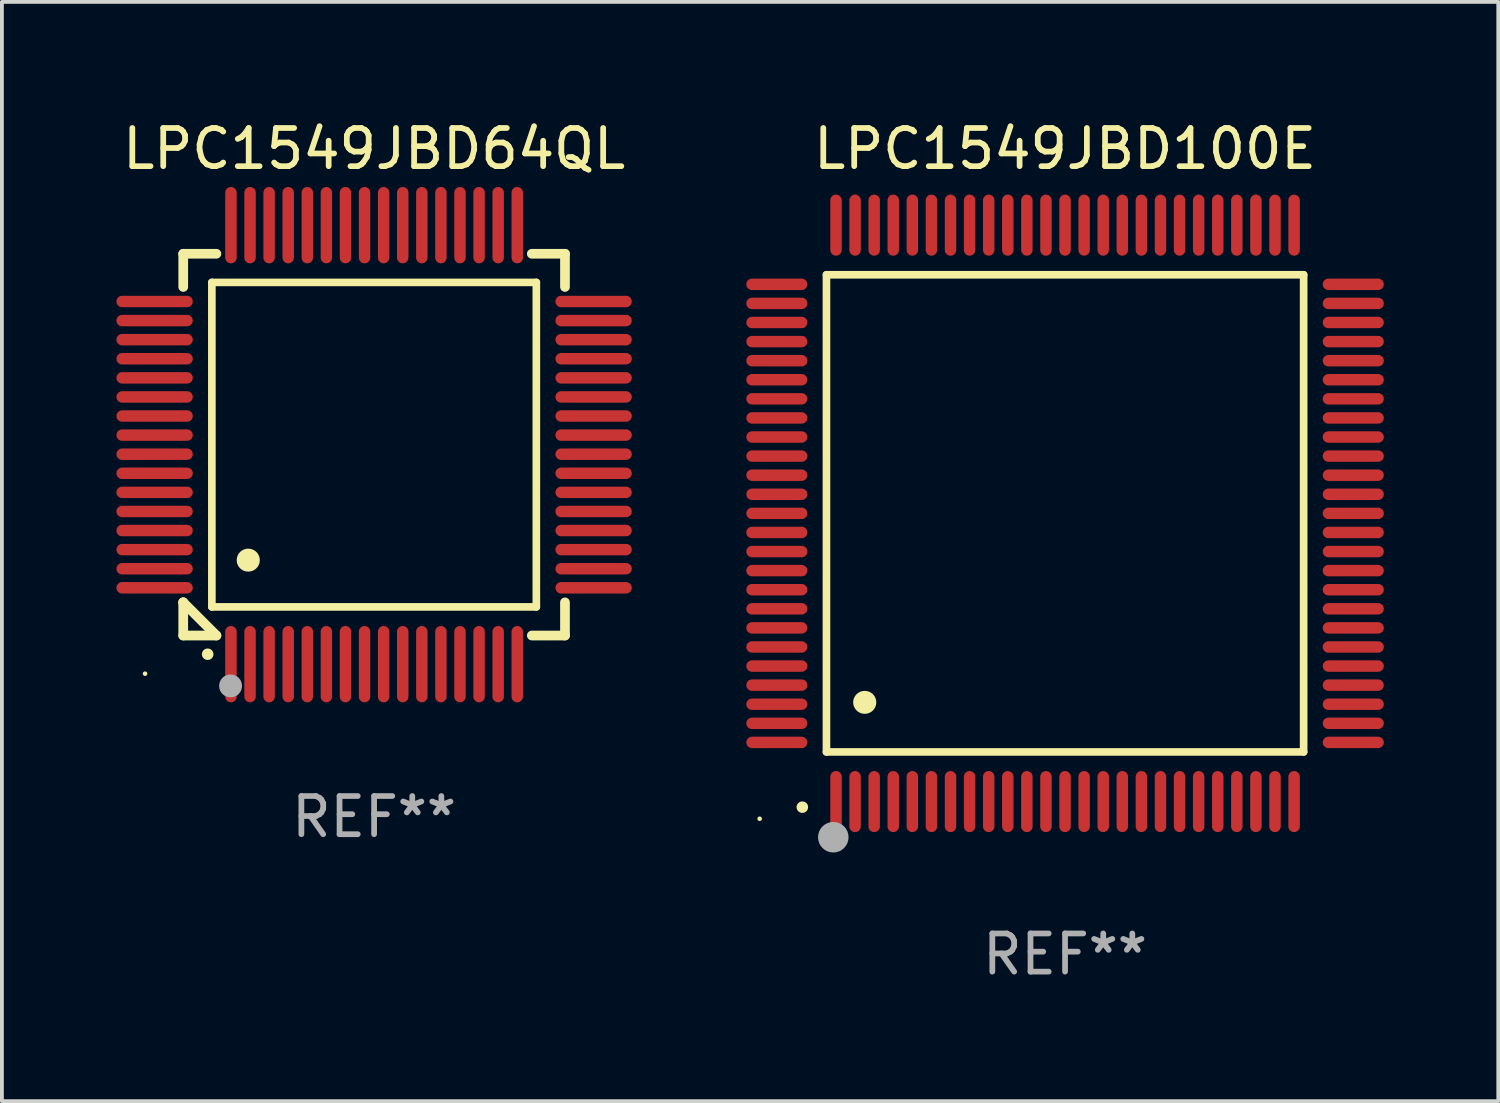
<source format=kicad_pcb>
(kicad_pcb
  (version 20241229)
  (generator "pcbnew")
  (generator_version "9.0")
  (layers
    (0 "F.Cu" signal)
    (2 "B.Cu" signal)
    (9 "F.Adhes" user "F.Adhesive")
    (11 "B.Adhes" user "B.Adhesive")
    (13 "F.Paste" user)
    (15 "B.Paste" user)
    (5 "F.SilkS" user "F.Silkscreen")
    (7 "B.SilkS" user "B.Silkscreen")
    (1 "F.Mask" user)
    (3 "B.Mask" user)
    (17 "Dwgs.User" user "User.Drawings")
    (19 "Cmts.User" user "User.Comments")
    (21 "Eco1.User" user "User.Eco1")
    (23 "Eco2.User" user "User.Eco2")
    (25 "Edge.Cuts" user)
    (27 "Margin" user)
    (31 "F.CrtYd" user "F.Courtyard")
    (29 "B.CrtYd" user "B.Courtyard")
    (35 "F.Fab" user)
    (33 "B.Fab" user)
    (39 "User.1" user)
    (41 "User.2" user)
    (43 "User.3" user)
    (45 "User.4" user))
  (footprint "LPC1549JBD100E"
    (layer "F.Cu")
    (at 24.85 10.398)
    (property "Reference" "LPC1549JBD100E" (at 0 -9.55 0) (layer "F.SilkS") (effects (font (size 1 1) (thickness 0.15))))
    (attr through_hole)
    (fp_line (start -6.25 -6.25) (end -6.25 6.25) (stroke (width 0.2) (type solid)) (layer "F.SilkS"))
    (fp_line (start -6.25 6.25) (end 6.25 6.25) (stroke (width 0.2) (type solid)) (layer "F.SilkS"))
    (fp_line (start 6.25 -6.25) (end -6.25 -6.25) (stroke (width 0.2) (type solid)) (layer "F.SilkS"))
    (fp_line (start 6.25 6.25) (end 6.25 -6.25) (stroke (width 0.2) (type solid)) (layer "F.SilkS"))
    (fp_arc (start -6.883414 7.696215) (mid -6.882144 7.69621) (end -6.880874 7.696215) (stroke (width 0.3) (type solid)) (layer "F.SilkS"))
    (fp_arc (start -5.250191 4.95047) (mid -5.247651 4.950459) (end -5.245111 4.95047) (stroke (width 0.6) (type solid)) (layer "F.SilkS"))
    (fp_circle (center -8 8) (end -7.97 8) (stroke (width 0.06) (type solid)) (fill no) (layer "F.SilkS"))
    (fp_circle (center -6.071 8.484) (end -5.871 8.484) (stroke (width 0.4) (type solid)) (fill no) (layer "F.Fab"))
    (fp_text user "REF**" (at 0 11.55 0) (layer "F.Fab") (effects (font (size 1 1) (thickness 0.15))))
    (pad "1" smd oval (at -6 7.55) (size 0.3 1.6) (layers "F.Cu" "F.Mask" "F.Paste"))
    (pad "2" smd oval (at -5.5 7.55) (size 0.3 1.6) (layers "F.Cu" "F.Mask" "F.Paste"))
    (pad "3" smd oval (at -5 7.55) (size 0.3 1.6) (layers "F.Cu" "F.Mask" "F.Paste"))
    (pad "4" smd oval (at -4.5 7.55) (size 0.3 1.6) (layers "F.Cu" "F.Mask" "F.Paste"))
    (pad "5" smd oval (at -4 7.55) (size 0.3 1.6) (layers "F.Cu" "F.Mask" "F.Paste"))
    (pad "6" smd oval (at -3.5 7.55) (size 0.3 1.6) (layers "F.Cu" "F.Mask" "F.Paste"))
    (pad "7" smd oval (at -3 7.55) (size 0.3 1.6) (layers "F.Cu" "F.Mask" "F.Paste"))
    (pad "8" smd oval (at -2.5 7.55) (size 0.3 1.6) (layers "F.Cu" "F.Mask" "F.Paste"))
    (pad "9" smd oval (at -2 7.55) (size 0.3 1.6) (layers "F.Cu" "F.Mask" "F.Paste"))
    (pad "10" smd oval (at -1.5 7.55) (size 0.3 1.6) (layers "F.Cu" "F.Mask" "F.Paste"))
    (pad "11" smd oval (at -1 7.55) (size 0.3 1.6) (layers "F.Cu" "F.Mask" "F.Paste"))
    (pad "12" smd oval (at -0.5 7.55) (size 0.3 1.6) (layers "F.Cu" "F.Mask" "F.Paste"))
    (pad "13" smd oval (at 0 7.55) (size 0.3 1.6) (layers "F.Cu" "F.Mask" "F.Paste"))
    (pad "14" smd oval (at 0.5 7.55) (size 0.3 1.6) (layers "F.Cu" "F.Mask" "F.Paste"))
    (pad "15" smd oval (at 1 7.55) (size 0.3 1.6) (layers "F.Cu" "F.Mask" "F.Paste"))
    (pad "16" smd oval (at 1.5 7.55) (size 0.3 1.6) (layers "F.Cu" "F.Mask" "F.Paste"))
    (pad "17" smd oval (at 2 7.55) (size 0.3 1.6) (layers "F.Cu" "F.Mask" "F.Paste"))
    (pad "18" smd oval (at 2.5 7.55) (size 0.3 1.6) (layers "F.Cu" "F.Mask" "F.Paste"))
    (pad "19" smd oval (at 3 7.55) (size 0.3 1.6) (layers "F.Cu" "F.Mask" "F.Paste"))
    (pad "20" smd oval (at 3.5 7.55) (size 0.3 1.6) (layers "F.Cu" "F.Mask" "F.Paste"))
    (pad "21" smd oval (at 4 7.55) (size 0.3 1.6) (layers "F.Cu" "F.Mask" "F.Paste"))
    (pad "22" smd oval (at 4.5 7.55) (size 0.3 1.6) (layers "F.Cu" "F.Mask" "F.Paste"))
    (pad "23" smd oval (at 5 7.55) (size 0.3 1.6) (layers "F.Cu" "F.Mask" "F.Paste"))
    (pad "24" smd oval (at 5.5 7.55) (size 0.3 1.6) (layers "F.Cu" "F.Mask" "F.Paste"))
    (pad "25" smd oval (at 6 7.55) (size 0.3 1.6) (layers "F.Cu" "F.Mask" "F.Paste"))
    (pad "26" smd oval (at 7.55 6) (size 1.6 0.3) (layers "F.Cu" "F.Mask" "F.Paste"))
    (pad "27" smd oval (at 7.55 5.5) (size 1.6 0.3) (layers "F.Cu" "F.Mask" "F.Paste"))
    (pad "28" smd oval (at 7.55 5) (size 1.6 0.3) (layers "F.Cu" "F.Mask" "F.Paste"))
    (pad "29" smd oval (at 7.55 4.5) (size 1.6 0.3) (layers "F.Cu" "F.Mask" "F.Paste"))
    (pad "30" smd oval (at 7.55 4) (size 1.6 0.3) (layers "F.Cu" "F.Mask" "F.Paste"))
    (pad "31" smd oval (at 7.55 3.5) (size 1.6 0.3) (layers "F.Cu" "F.Mask" "F.Paste"))
    (pad "32" smd oval (at 7.55 3) (size 1.6 0.3) (layers "F.Cu" "F.Mask" "F.Paste"))
    (pad "33" smd oval (at 7.55 2.5) (size 1.6 0.3) (layers "F.Cu" "F.Mask" "F.Paste"))
    (pad "34" smd oval (at 7.55 2) (size 1.6 0.3) (layers "F.Cu" "F.Mask" "F.Paste"))
    (pad "35" smd oval (at 7.55 1.5) (size 1.6 0.3) (layers "F.Cu" "F.Mask" "F.Paste"))
    (pad "36" smd oval (at 7.55 1) (size 1.6 0.3) (layers "F.Cu" "F.Mask" "F.Paste"))
    (pad "37" smd oval (at 7.55 0.5) (size 1.6 0.3) (layers "F.Cu" "F.Mask" "F.Paste"))
    (pad "38" smd oval (at 7.55 0) (size 1.6 0.3) (layers "F.Cu" "F.Mask" "F.Paste"))
    (pad "39" smd oval (at 7.55 -0.5) (size 1.6 0.3) (layers "F.Cu" "F.Mask" "F.Paste"))
    (pad "40" smd oval (at 7.55 -1) (size 1.6 0.3) (layers "F.Cu" "F.Mask" "F.Paste"))
    (pad "41" smd oval (at 7.55 -1.5) (size 1.6 0.3) (layers "F.Cu" "F.Mask" "F.Paste"))
    (pad "42" smd oval (at 7.55 -2) (size 1.6 0.3) (layers "F.Cu" "F.Mask" "F.Paste"))
    (pad "43" smd oval (at 7.55 -2.5) (size 1.6 0.3) (layers "F.Cu" "F.Mask" "F.Paste"))
    (pad "44" smd oval (at 7.55 -3) (size 1.6 0.3) (layers "F.Cu" "F.Mask" "F.Paste"))
    (pad "45" smd oval (at 7.55 -3.5) (size 1.6 0.3) (layers "F.Cu" "F.Mask" "F.Paste"))
    (pad "46" smd oval (at 7.55 -4) (size 1.6 0.3) (layers "F.Cu" "F.Mask" "F.Paste"))
    (pad "47" smd oval (at 7.55 -4.5) (size 1.6 0.3) (layers "F.Cu" "F.Mask" "F.Paste"))
    (pad "48" smd oval (at 7.55 -5) (size 1.6 0.3) (layers "F.Cu" "F.Mask" "F.Paste"))
    (pad "49" smd oval (at 7.55 -5.5) (size 1.6 0.3) (layers "F.Cu" "F.Mask" "F.Paste"))
    (pad "50" smd oval (at 7.55 -6) (size 1.6 0.3) (layers "F.Cu" "F.Mask" "F.Paste"))
    (pad "51" smd oval (at 6 -7.55) (size 0.3 1.6) (layers "F.Cu" "F.Mask" "F.Paste"))
    (pad "52" smd oval (at 5.5 -7.55) (size 0.3 1.6) (layers "F.Cu" "F.Mask" "F.Paste"))
    (pad "53" smd oval (at 5 -7.55) (size 0.3 1.6) (layers "F.Cu" "F.Mask" "F.Paste"))
    (pad "54" smd oval (at 4.5 -7.55) (size 0.3 1.6) (layers "F.Cu" "F.Mask" "F.Paste"))
    (pad "55" smd oval (at 4 -7.55) (size 0.3 1.6) (layers "F.Cu" "F.Mask" "F.Paste"))
    (pad "56" smd oval (at 3.5 -7.55) (size 0.3 1.6) (layers "F.Cu" "F.Mask" "F.Paste"))
    (pad "57" smd oval (at 3 -7.55) (size 0.3 1.6) (layers "F.Cu" "F.Mask" "F.Paste"))
    (pad "58" smd oval (at 2.5 -7.55) (size 0.3 1.6) (layers "F.Cu" "F.Mask" "F.Paste"))
    (pad "59" smd oval (at 2 -7.55) (size 0.3 1.6) (layers "F.Cu" "F.Mask" "F.Paste"))
    (pad "60" smd oval (at 1.5 -7.55) (size 0.3 1.6) (layers "F.Cu" "F.Mask" "F.Paste"))
    (pad "61" smd oval (at 1 -7.55) (size 0.3 1.6) (layers "F.Cu" "F.Mask" "F.Paste"))
    (pad "62" smd oval (at 0.5 -7.55) (size 0.3 1.6) (layers "F.Cu" "F.Mask" "F.Paste"))
    (pad "63" smd oval (at 0 -7.55) (size 0.3 1.6) (layers "F.Cu" "F.Mask" "F.Paste"))
    (pad "64" smd oval (at -0.5 -7.55) (size 0.3 1.6) (layers "F.Cu" "F.Mask" "F.Paste"))
    (pad "65" smd oval (at -1 -7.55) (size 0.3 1.6) (layers "F.Cu" "F.Mask" "F.Paste"))
    (pad "66" smd oval (at -1.5 -7.55) (size 0.3 1.6) (layers "F.Cu" "F.Mask" "F.Paste"))
    (pad "67" smd oval (at -2 -7.55) (size 0.3 1.6) (layers "F.Cu" "F.Mask" "F.Paste"))
    (pad "68" smd oval (at -2.5 -7.55) (size 0.3 1.6) (layers "F.Cu" "F.Mask" "F.Paste"))
    (pad "69" smd oval (at -3 -7.55) (size 0.3 1.6) (layers "F.Cu" "F.Mask" "F.Paste"))
    (pad "70" smd oval (at -3.5 -7.55) (size 0.3 1.6) (layers "F.Cu" "F.Mask" "F.Paste"))
    (pad "71" smd oval (at -4 -7.55) (size 0.3 1.6) (layers "F.Cu" "F.Mask" "F.Paste"))
    (pad "72" smd oval (at -4.5 -7.55) (size 0.3 1.6) (layers "F.Cu" "F.Mask" "F.Paste"))
    (pad "73" smd oval (at -5 -7.55) (size 0.3 1.6) (layers "F.Cu" "F.Mask" "F.Paste"))
    (pad "74" smd oval (at -5.5 -7.55) (size 0.3 1.6) (layers "F.Cu" "F.Mask" "F.Paste"))
    (pad "75" smd oval (at -6 -7.55) (size 0.3 1.6) (layers "F.Cu" "F.Mask" "F.Paste"))
    (pad "76" smd oval (at -7.55 -6) (size 1.6 0.3) (layers "F.Cu" "F.Mask" "F.Paste"))
    (pad "77" smd oval (at -7.55 -5.5) (size 1.6 0.3) (layers "F.Cu" "F.Mask" "F.Paste"))
    (pad "78" smd oval (at -7.55 -5) (size 1.6 0.3) (layers "F.Cu" "F.Mask" "F.Paste"))
    (pad "79" smd oval (at -7.55 -4.5) (size 1.6 0.3) (layers "F.Cu" "F.Mask" "F.Paste"))
    (pad "80" smd oval (at -7.55 -4) (size 1.6 0.3) (layers "F.Cu" "F.Mask" "F.Paste"))
    (pad "81" smd oval (at -7.55 -3.5) (size 1.6 0.3) (layers "F.Cu" "F.Mask" "F.Paste"))
    (pad "82" smd oval (at -7.55 -3) (size 1.6 0.3) (layers "F.Cu" "F.Mask" "F.Paste"))
    (pad "83" smd oval (at -7.55 -2.5) (size 1.6 0.3) (layers "F.Cu" "F.Mask" "F.Paste"))
    (pad "84" smd oval (at -7.55 -2) (size 1.6 0.3) (layers "F.Cu" "F.Mask" "F.Paste"))
    (pad "85" smd oval (at -7.55 -1.5) (size 1.6 0.3) (layers "F.Cu" "F.Mask" "F.Paste"))
    (pad "86" smd oval (at -7.55 -1) (size 1.6 0.3) (layers "F.Cu" "F.Mask" "F.Paste"))
    (pad "87" smd oval (at -7.55 -0.5) (size 1.6 0.3) (layers "F.Cu" "F.Mask" "F.Paste"))
    (pad "88" smd oval (at -7.55 0) (size 1.6 0.3) (layers "F.Cu" "F.Mask" "F.Paste"))
    (pad "89" smd oval (at -7.55 0.5) (size 1.6 0.3) (layers "F.Cu" "F.Mask" "F.Paste"))
    (pad "90" smd oval (at -7.55 1) (size 1.6 0.3) (layers "F.Cu" "F.Mask" "F.Paste"))
    (pad "91" smd oval (at -7.55 1.5) (size 1.6 0.3) (layers "F.Cu" "F.Mask" "F.Paste"))
    (pad "92" smd oval (at -7.55 2) (size 1.6 0.3) (layers "F.Cu" "F.Mask" "F.Paste"))
    (pad "93" smd oval (at -7.55 2.5) (size 1.6 0.3) (layers "F.Cu" "F.Mask" "F.Paste"))
    (pad "94" smd oval (at -7.55 3) (size 1.6 0.3) (layers "F.Cu" "F.Mask" "F.Paste"))
    (pad "95" smd oval (at -7.55 3.5) (size 1.6 0.3) (layers "F.Cu" "F.Mask" "F.Paste"))
    (pad "96" smd oval (at -7.55 4) (size 1.6 0.3) (layers "F.Cu" "F.Mask" "F.Paste"))
    (pad "97" smd oval (at -7.55 4.5) (size 1.6 0.3) (layers "F.Cu" "F.Mask" "F.Paste"))
    (pad "98" smd oval (at -7.55 5) (size 1.6 0.3) (layers "F.Cu" "F.Mask" "F.Paste"))
    (pad "99" smd oval (at -7.55 5.5) (size 1.6 0.3) (layers "F.Cu" "F.Mask" "F.Paste"))
    (pad "100" smd oval (at -7.55 6) (size 1.6 0.3) (layers "F.Cu" "F.Mask" "F.Paste")))
  (footprint "LPC1549JBD64QL"
    (layer "F.Cu")
    (at 6.75 8.598)
    (property "Reference" "LPC1549JBD64QL" (at 0 -7.75 0) (layer "F.SilkS") (effects (font (size 1 1) (thickness 0.15))))
    (attr through_hole)
    (fp_line (start -5 -5) (end -4.131 -5) (stroke (width 0.254) (type solid)) (layer "F.SilkS"))
    (fp_line (start -5 -4.131) (end -5 -5) (stroke (width 0.254) (type solid)) (layer "F.SilkS"))
    (fp_line (start -5 4.131) (end -5 4.131) (stroke (width 0.254) (type solid)) (layer "F.SilkS"))
    (fp_line (start -5 5) (end -5 4.131) (stroke (width 0.254) (type solid)) (layer "F.SilkS"))
    (fp_line (start -5 4.131) (end -4.131 5) (stroke (width 0.254) (type solid)) (layer "F.SilkS"))
    (fp_line (start -4.25 -4.25) (end -4.25 4.25) (stroke (width 0.2) (type solid)) (layer "F.SilkS"))
    (fp_line (start -4.25 4.25) (end 4.25 4.25) (stroke (width 0.2) (type solid)) (layer "F.SilkS"))
    (fp_line (start -4.131 5) (end -5 5) (stroke (width 0.254) (type solid)) (layer "F.SilkS"))
    (fp_line (start 4.25 -4.25) (end -4.25 -4.25) (stroke (width 0.2) (type solid)) (layer "F.SilkS"))
    (fp_line (start 4.25 4.25) (end 4.25 -4.25) (stroke (width 0.2) (type solid)) (layer "F.SilkS"))
    (fp_line (start 5 -5) (end 4.131 -5) (stroke (width 0.254) (type solid)) (layer "F.SilkS"))
    (fp_line (start 5 -5) (end 5 -4.131) (stroke (width 0.254) (type solid)) (layer "F.SilkS"))
    (fp_line (start 5 4.131) (end 5 5) (stroke (width 0.254) (type solid)) (layer "F.SilkS"))
    (fp_line (start 5 5) (end 4.131 5) (stroke (width 0.254) (type solid)) (layer "F.SilkS"))
    (fp_arc (start -4.361265 5.489992) (mid -4.359995 5.489987) (end -4.358725 5.489992) (stroke (width 0.3) (type solid)) (layer "F.SilkS"))
    (fp_arc (start -3.299467 3.025146) (mid -3.296927 3.025135) (end -3.294387 3.025146) (stroke (width 0.6) (type solid)) (layer "F.SilkS"))
    (fp_circle (center -6 6) (end -5.97 6) (stroke (width 0.06) (type solid)) (fill no) (layer "F.SilkS"))
    (fp_circle (center -3.76 6.32) (end -3.61 6.32) (stroke (width 0.3) (type solid)) (fill no) (layer "F.Fab"))
    (fp_text user "REF**" (at 0 9.75 0) (layer "F.Fab") (effects (font (size 1 1) (thickness 0.15))))
    (pad "1" smd oval (at -3.75 5.75) (size 0.3 2) (layers "F.Cu" "F.Mask" "F.Paste"))
    (pad "2" smd oval (at -3.25 5.75) (size 0.3 2) (layers "F.Cu" "F.Mask" "F.Paste"))
    (pad "3" smd oval (at -2.75 5.75) (size 0.3 2) (layers "F.Cu" "F.Mask" "F.Paste"))
    (pad "4" smd oval (at -2.25 5.75) (size 0.3 2) (layers "F.Cu" "F.Mask" "F.Paste"))
    (pad "5" smd oval (at -1.75 5.75) (size 0.3 2) (layers "F.Cu" "F.Mask" "F.Paste"))
    (pad "6" smd oval (at -1.25 5.75) (size 0.3 2) (layers "F.Cu" "F.Mask" "F.Paste"))
    (pad "7" smd oval (at -0.75 5.75) (size 0.3 2) (layers "F.Cu" "F.Mask" "F.Paste"))
    (pad "8" smd oval (at -0.25 5.75) (size 0.3 2) (layers "F.Cu" "F.Mask" "F.Paste"))
    (pad "9" smd oval (at 0.25 5.75) (size 0.3 2) (layers "F.Cu" "F.Mask" "F.Paste"))
    (pad "10" smd oval (at 0.75 5.75) (size 0.3 2) (layers "F.Cu" "F.Mask" "F.Paste"))
    (pad "11" smd oval (at 1.25 5.75) (size 0.3 2) (layers "F.Cu" "F.Mask" "F.Paste"))
    (pad "12" smd oval (at 1.75 5.75) (size 0.3 2) (layers "F.Cu" "F.Mask" "F.Paste"))
    (pad "13" smd oval (at 2.25 5.75) (size 0.3 2) (layers "F.Cu" "F.Mask" "F.Paste"))
    (pad "14" smd oval (at 2.75 5.75) (size 0.3 2) (layers "F.Cu" "F.Mask" "F.Paste"))
    (pad "15" smd oval (at 3.25 5.75) (size 0.3 2) (layers "F.Cu" "F.Mask" "F.Paste"))
    (pad "16" smd oval (at 3.75 5.75) (size 0.3 2) (layers "F.Cu" "F.Mask" "F.Paste"))
    (pad "17" smd oval (at 5.75 3.75) (size 2 0.3) (layers "F.Cu" "F.Mask" "F.Paste"))
    (pad "18" smd oval (at 5.75 3.25) (size 2 0.3) (layers "F.Cu" "F.Mask" "F.Paste"))
    (pad "19" smd oval (at 5.75 2.75) (size 2 0.3) (layers "F.Cu" "F.Mask" "F.Paste"))
    (pad "20" smd oval (at 5.75 2.25) (size 2 0.3) (layers "F.Cu" "F.Mask" "F.Paste"))
    (pad "21" smd oval (at 5.75 1.75) (size 2 0.3) (layers "F.Cu" "F.Mask" "F.Paste"))
    (pad "22" smd oval (at 5.75 1.25) (size 2 0.3) (layers "F.Cu" "F.Mask" "F.Paste"))
    (pad "23" smd oval (at 5.75 0.75) (size 2 0.3) (layers "F.Cu" "F.Mask" "F.Paste"))
    (pad "24" smd oval (at 5.75 0.25) (size 2 0.3) (layers "F.Cu" "F.Mask" "F.Paste"))
    (pad "25" smd oval (at 5.75 -0.25) (size 2 0.3) (layers "F.Cu" "F.Mask" "F.Paste"))
    (pad "26" smd oval (at 5.75 -0.75) (size 2 0.3) (layers "F.Cu" "F.Mask" "F.Paste"))
    (pad "27" smd oval (at 5.75 -1.25) (size 2 0.3) (layers "F.Cu" "F.Mask" "F.Paste"))
    (pad "28" smd oval (at 5.75 -1.75) (size 2 0.3) (layers "F.Cu" "F.Mask" "F.Paste"))
    (pad "29" smd oval (at 5.75 -2.25) (size 2 0.3) (layers "F.Cu" "F.Mask" "F.Paste"))
    (pad "30" smd oval (at 5.75 -2.75) (size 2 0.3) (layers "F.Cu" "F.Mask" "F.Paste"))
    (pad "31" smd oval (at 5.75 -3.25) (size 2 0.3) (layers "F.Cu" "F.Mask" "F.Paste"))
    (pad "32" smd oval (at 5.75 -3.75) (size 2 0.3) (layers "F.Cu" "F.Mask" "F.Paste"))
    (pad "33" smd oval (at 3.75 -5.75) (size 0.3 2) (layers "F.Cu" "F.Mask" "F.Paste"))
    (pad "34" smd oval (at 3.25 -5.75) (size 0.3 2) (layers "F.Cu" "F.Mask" "F.Paste"))
    (pad "35" smd oval (at 2.75 -5.75) (size 0.3 2) (layers "F.Cu" "F.Mask" "F.Paste"))
    (pad "36" smd oval (at 2.25 -5.75) (size 0.3 2) (layers "F.Cu" "F.Mask" "F.Paste"))
    (pad "37" smd oval (at 1.75 -5.75) (size 0.3 2) (layers "F.Cu" "F.Mask" "F.Paste"))
    (pad "38" smd oval (at 1.25 -5.75) (size 0.3 2) (layers "F.Cu" "F.Mask" "F.Paste"))
    (pad "39" smd oval (at 0.75 -5.75) (size 0.3 2) (layers "F.Cu" "F.Mask" "F.Paste"))
    (pad "40" smd oval (at 0.25 -5.75) (size 0.3 2) (layers "F.Cu" "F.Mask" "F.Paste"))
    (pad "41" smd oval (at -0.25 -5.75) (size 0.3 2) (layers "F.Cu" "F.Mask" "F.Paste"))
    (pad "42" smd oval (at -0.75 -5.75) (size 0.3 2) (layers "F.Cu" "F.Mask" "F.Paste"))
    (pad "43" smd oval (at -1.25 -5.75) (size 0.3 2) (layers "F.Cu" "F.Mask" "F.Paste"))
    (pad "44" smd oval (at -1.75 -5.75) (size 0.3 2) (layers "F.Cu" "F.Mask" "F.Paste"))
    (pad "45" smd oval (at -2.25 -5.75) (size 0.3 2) (layers "F.Cu" "F.Mask" "F.Paste"))
    (pad "46" smd oval (at -2.75 -5.75) (size 0.3 2) (layers "F.Cu" "F.Mask" "F.Paste"))
    (pad "47" smd oval (at -3.25 -5.75) (size 0.3 2) (layers "F.Cu" "F.Mask" "F.Paste"))
    (pad "48" smd oval (at -3.75 -5.75) (size 0.3 2) (layers "F.Cu" "F.Mask" "F.Paste"))
    (pad "49" smd oval (at -5.75 -3.75) (size 2 0.3) (layers "F.Cu" "F.Mask" "F.Paste"))
    (pad "50" smd oval (at -5.75 -3.25) (size 2 0.3) (layers "F.Cu" "F.Mask" "F.Paste"))
    (pad "51" smd oval (at -5.75 -2.75) (size 2 0.3) (layers "F.Cu" "F.Mask" "F.Paste"))
    (pad "52" smd oval (at -5.75 -2.25) (size 2 0.3) (layers "F.Cu" "F.Mask" "F.Paste"))
    (pad "53" smd oval (at -5.75 -1.75) (size 2 0.3) (layers "F.Cu" "F.Mask" "F.Paste"))
    (pad "54" smd oval (at -5.75 -1.25) (size 2 0.3) (layers "F.Cu" "F.Mask" "F.Paste"))
    (pad "55" smd oval (at -5.75 -0.75) (size 2 0.3) (layers "F.Cu" "F.Mask" "F.Paste"))
    (pad "56" smd oval (at -5.75 -0.25) (size 2 0.3) (layers "F.Cu" "F.Mask" "F.Paste"))
    (pad "57" smd oval (at -5.75 0.25) (size 2 0.3) (layers "F.Cu" "F.Mask" "F.Paste"))
    (pad "58" smd oval (at -5.75 0.75) (size 2 0.3) (layers "F.Cu" "F.Mask" "F.Paste"))
    (pad "59" smd oval (at -5.75 1.25) (size 2 0.3) (layers "F.Cu" "F.Mask" "F.Paste"))
    (pad "60" smd oval (at -5.75 1.75) (size 2 0.3) (layers "F.Cu" "F.Mask" "F.Paste"))
    (pad "61" smd oval (at -5.75 2.25) (size 2 0.3) (layers "F.Cu" "F.Mask" "F.Paste"))
    (pad "62" smd oval (at -5.75 2.75) (size 2 0.3) (layers "F.Cu" "F.Mask" "F.Paste"))
    (pad "63" smd oval (at -5.75 3.25) (size 2 0.3) (layers "F.Cu" "F.Mask" "F.Paste"))
    (pad "64" smd oval (at -5.75 3.75) (size 2 0.3) (layers "F.Cu" "F.Mask" "F.Paste")))
  (gr_rect
    (start -3 -3)
    (end 36.199 25.796)
    (stroke (width 0.1) (type default))
    (fill no)
    (layer "Edge.Cuts")))
</source>
